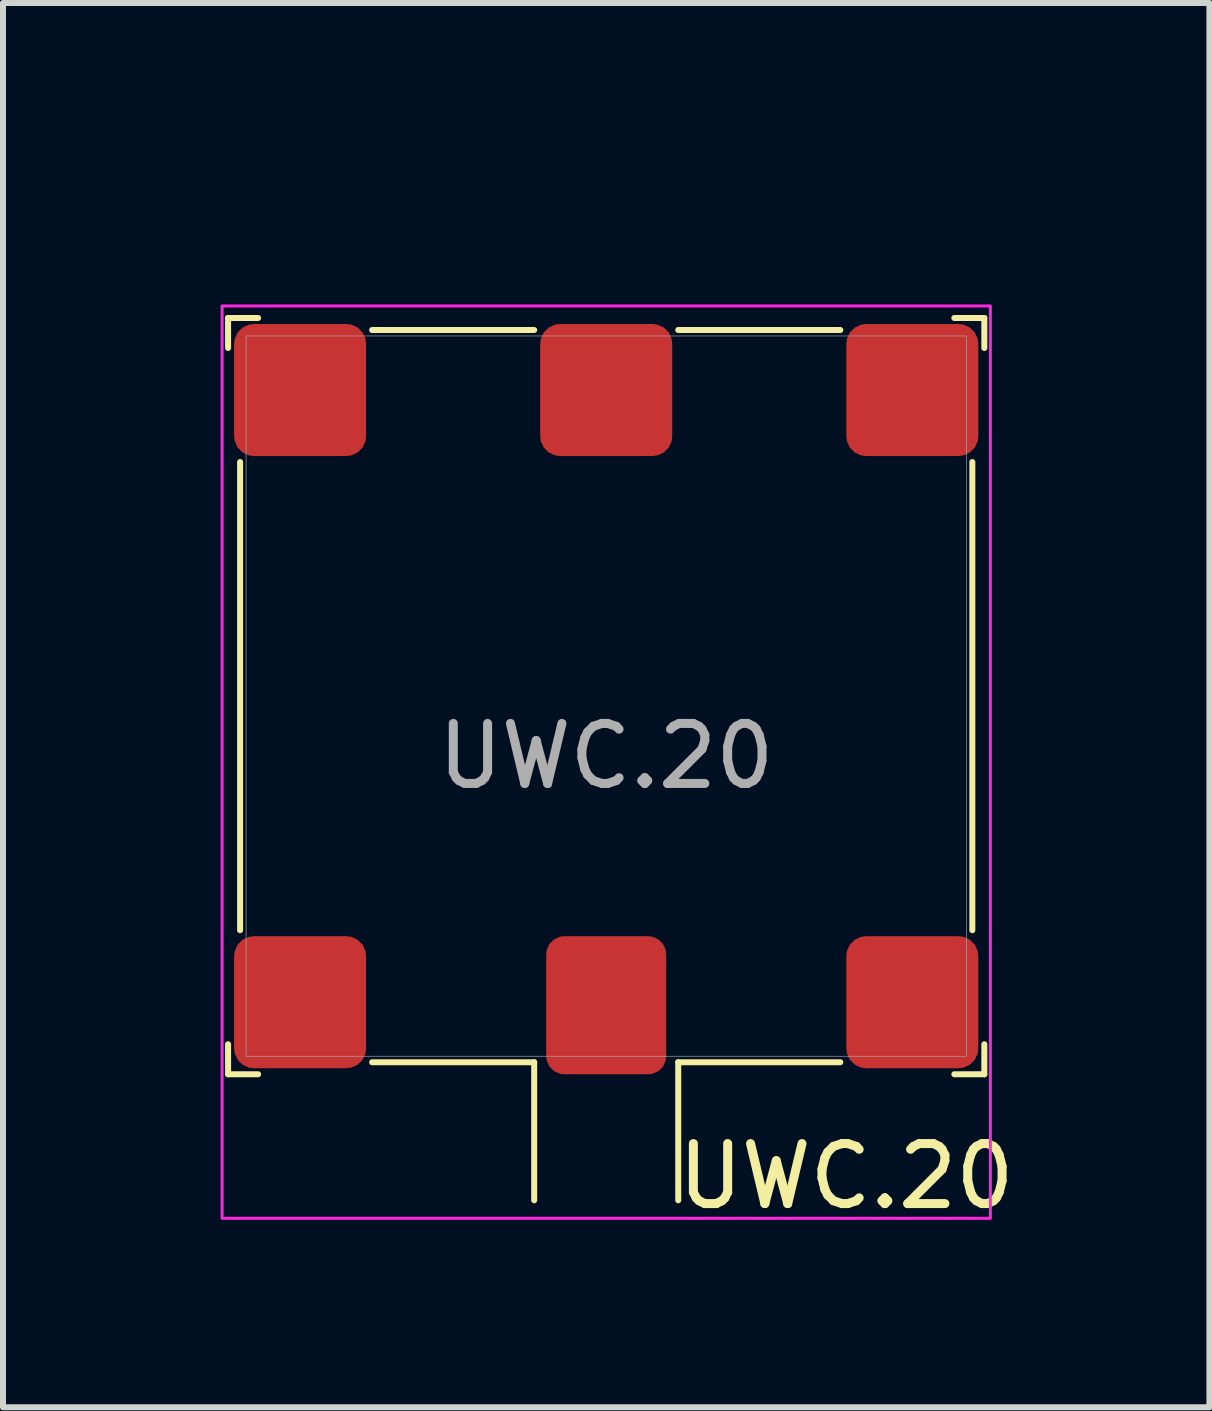
<source format=kicad_pcb>
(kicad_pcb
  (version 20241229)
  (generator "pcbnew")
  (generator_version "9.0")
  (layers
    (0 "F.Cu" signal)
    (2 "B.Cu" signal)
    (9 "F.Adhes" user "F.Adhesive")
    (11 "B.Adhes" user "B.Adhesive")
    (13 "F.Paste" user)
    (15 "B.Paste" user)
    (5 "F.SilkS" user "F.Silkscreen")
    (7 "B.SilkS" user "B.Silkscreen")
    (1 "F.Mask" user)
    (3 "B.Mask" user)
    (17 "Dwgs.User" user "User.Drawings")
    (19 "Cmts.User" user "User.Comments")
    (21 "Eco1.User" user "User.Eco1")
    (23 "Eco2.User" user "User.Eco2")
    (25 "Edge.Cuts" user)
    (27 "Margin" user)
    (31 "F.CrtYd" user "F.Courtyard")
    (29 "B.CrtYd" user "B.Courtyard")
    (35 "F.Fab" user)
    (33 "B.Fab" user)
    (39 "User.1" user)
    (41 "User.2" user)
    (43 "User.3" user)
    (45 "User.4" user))
  (footprint "UWC.20"
    (layer "F.Cu")
    (at 7.05 8.548)
    (property "Reference" "UWC.20" (at 4 8 0) (unlocked yes) (layer "F.SilkS") (effects (font (size 1 1) (thickness 0.15))))
    (attr smd)
    (fp_line (start -6.3 -6.3) (end -6.3 -5.8) (stroke (width 0.1) (type default)) (layer "F.SilkS"))
    (fp_line (start -6.3 -6.3) (end -5.8 -6.3) (stroke (width 0.1) (type default)) (layer "F.SilkS"))
    (fp_line (start -6.3 6.3) (end -6.3 5.8) (stroke (width 0.1) (type default)) (layer "F.SilkS"))
    (fp_line (start -6.3 6.3) (end -5.8 6.3) (stroke (width 0.1) (type default)) (layer "F.SilkS"))
    (fp_line (start -6.1 -3.9) (end -6.1 3.9) (stroke (width 0.1) (type default)) (layer "F.SilkS"))
    (fp_line (start -3.9 -6.1) (end -1.2 -6.1) (stroke (width 0.1) (type default)) (layer "F.SilkS"))
    (fp_line (start -3.9 6.1) (end -1.2 6.1) (stroke (width 0.1) (type default)) (layer "F.SilkS"))
    (fp_line (start -1.2 6.1) (end -1.2 8.4) (stroke (width 0.1) (type default)) (layer "F.SilkS"))
    (fp_line (start 1.2 -6.1) (end 3.9 -6.1) (stroke (width 0.1) (type default)) (layer "F.SilkS"))
    (fp_line (start 1.2 6.1) (end 1.2 8.4) (stroke (width 0.1) (type default)) (layer "F.SilkS"))
    (fp_line (start 1.2 6.1) (end 3.9 6.1) (stroke (width 0.1) (type default)) (layer "F.SilkS"))
    (fp_line (start 6.1 -3.9) (end 6.1 3.9) (stroke (width 0.1) (type default)) (layer "F.SilkS"))
    (fp_line (start 6.3 -6.3) (end 5.8 -6.3) (stroke (width 0.1) (type default)) (layer "F.SilkS"))
    (fp_line (start 6.3 -6.3) (end 6.3 -5.8) (stroke (width 0.1) (type default)) (layer "F.SilkS"))
    (fp_line (start 6.3 6.3) (end 5.8 6.3) (stroke (width 0.1) (type default)) (layer "F.SilkS"))
    (fp_line (start 6.3 6.3) (end 6.3 5.8) (stroke (width 0.1) (type default)) (layer "F.SilkS"))
    (fp_rect (start -6.4 -6.5) (end 6.4 8.7) (stroke (width 0.05) (type default)) (fill no) (layer "F.CrtYd"))
    (fp_rect (start -6 -6) (end 6 6) (stroke (width 0.01) (type solid)) (fill no) (layer "F.Fab"))
    (fp_line (start -7 -4) (end 7 -4) (stroke (width 0.1) (type default)) (layer "User.1"))
    (fp_line (start -4 -7) (end -4 8) (stroke (width 0.1) (type default)) (layer "User.1"))
    (fp_line (start 4 -7) (end 4 7) (stroke (width 0.1) (type default)) (layer "User.1"))
    (fp_line (start 7 4) (end -7 4) (stroke (width 0.1) (type default)) (layer "User.1"))
    (fp_text user "${REFERENCE}" (at 0 1 0) (unlocked yes) (layer "F.Fab") (effects (font (size 1 1) (thickness 0.15))))
    (fp_text user "KEEPOUT" (at 0 -7.7 0) (unlocked yes) (layer "User.2") (effects (font (size 1 1) (thickness 0.15))))
    (pad "1" smd roundrect (at 0 5.15) (size 2 2.3) (layers "F.Cu" "F.Mask" "F.Paste") (roundrect_rratio 0.15))
    (pad "2" smd roundrect (at -5.1 5.1) (size 2.2 2.2) (layers "F.Cu" "F.Mask" "F.Paste") (roundrect_rratio 0.15))
    (pad "3" smd roundrect (at -5.1 -5.1) (size 2.2 2.2) (layers "F.Cu" "F.Mask" "F.Paste") (roundrect_rratio 0.15))
    (pad "4" smd roundrect (at 0 -5.1) (size 2.2 2.2) (layers "F.Cu" "F.Mask" "F.Paste") (roundrect_rratio 0.15))
    (pad "5" smd roundrect (at 5.1 -5.1) (size 2.2 2.2) (layers "F.Cu" "F.Mask" "F.Paste") (roundrect_rratio 0.15))
    (pad "6" smd roundrect (at 5.1 5.1) (size 2.2 2.2) (layers "F.Cu" "F.Mask" "F.Paste") (roundrect_rratio 0.15))
    (zone (net_name "") (layers "F.Cu" "B.Cu" "User.2") (name "ANT_GND_KEEPOUT") (hatch edge 0.5) (connect_pads) (min_thickness 0.25) (filled_areas_thickness no) (keepout (tracks allowed) (vias allowed) (pads allowed) (copperpour not_allowed) (footprints allowed)) (placement (enabled no)) (fill) (polygon (pts (xy 0.75 2.148) (xy 13.35 2.148) (xy 13.35 17.148) (xy 0.75 17.148)))))
  (gr_rect
    (start -3 -3)
    (end 17.1 20.396)
    (stroke (width 0.1) (type default))
    (fill no)
    (layer "Edge.Cuts")))
</source>
